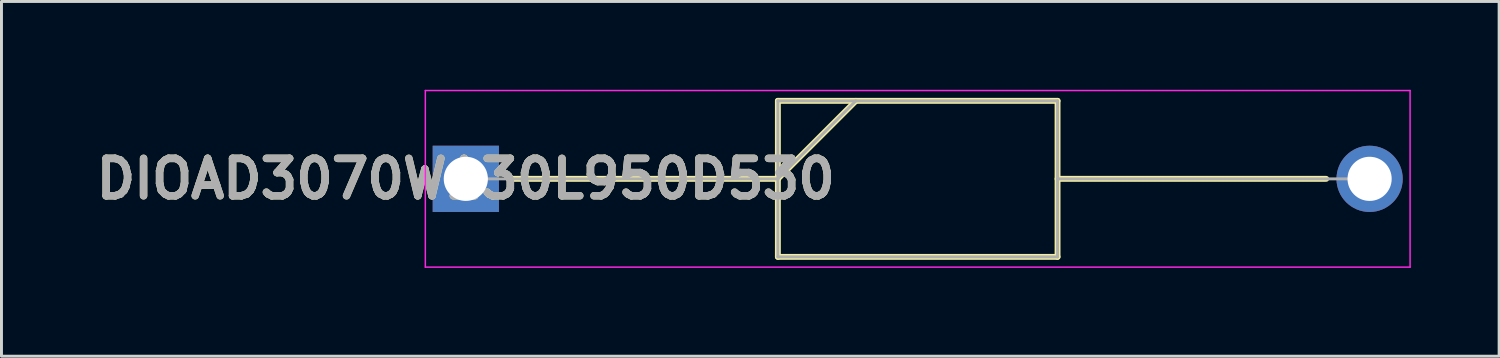
<source format=kicad_pcb>
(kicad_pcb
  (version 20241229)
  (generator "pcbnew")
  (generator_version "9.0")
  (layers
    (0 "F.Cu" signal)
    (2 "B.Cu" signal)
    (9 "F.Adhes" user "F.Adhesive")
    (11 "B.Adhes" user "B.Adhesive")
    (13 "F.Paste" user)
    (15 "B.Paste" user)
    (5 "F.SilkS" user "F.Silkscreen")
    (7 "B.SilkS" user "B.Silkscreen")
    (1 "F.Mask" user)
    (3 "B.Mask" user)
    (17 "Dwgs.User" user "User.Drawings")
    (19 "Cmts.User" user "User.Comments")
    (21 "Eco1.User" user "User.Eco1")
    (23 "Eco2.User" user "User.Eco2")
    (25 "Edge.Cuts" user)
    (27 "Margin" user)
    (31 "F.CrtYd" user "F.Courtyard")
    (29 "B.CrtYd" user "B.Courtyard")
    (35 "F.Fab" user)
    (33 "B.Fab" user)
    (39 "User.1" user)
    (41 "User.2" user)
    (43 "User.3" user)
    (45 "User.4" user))
  (footprint "DIOAD3070W130L950D530"
    (layer "F.Cu")
    (at 12.773 3.025)
    (property "Reference" "DIOAD3070W130L950D530" (at 0 0 0) (layer "F.SilkS") (effects (font (size 1.27 1.27) (thickness 0.254))))
    (attr through_hole)
    (fp_line (start 1.475 0) (end 10.6 0) (stroke (width 0.2) (type solid)) (layer "F.SilkS"))
    (fp_line (start 10.6 -2.65) (end 20.1 -2.65) (stroke (width 0.2) (type solid)) (layer "F.SilkS"))
    (fp_line (start 10.6 0) (end 13.25 -2.65) (stroke (width 0.2) (type solid)) (layer "F.SilkS"))
    (fp_line (start 10.6 2.65) (end 10.6 -2.65) (stroke (width 0.2) (type solid)) (layer "F.SilkS"))
    (fp_line (start 20.1 -2.65) (end 20.1 2.65) (stroke (width 0.2) (type solid)) (layer "F.SilkS"))
    (fp_line (start 20.1 0) (end 29.225 0) (stroke (width 0.2) (type solid)) (layer "F.SilkS"))
    (fp_line (start 20.1 2.65) (end 10.6 2.65) (stroke (width 0.2) (type solid)) (layer "F.SilkS"))
    (fp_line (start -1.375 -3) (end 32.075 -3) (stroke (width 0.05) (type solid)) (layer "F.CrtYd"))
    (fp_line (start -1.375 3) (end -1.375 -3) (stroke (width 0.05) (type solid)) (layer "F.CrtYd"))
    (fp_line (start 32.075 -3) (end 32.075 3) (stroke (width 0.05) (type solid)) (layer "F.CrtYd"))
    (fp_line (start 32.075 3) (end -1.375 3) (stroke (width 0.05) (type solid)) (layer "F.CrtYd"))
    (fp_line (start 0 0) (end 10.6 0) (stroke (width 0.1) (type solid)) (layer "F.Fab"))
    (fp_line (start 10.6 -2.65) (end 20.1 -2.65) (stroke (width 0.1) (type solid)) (layer "F.Fab"))
    (fp_line (start 10.6 0) (end 13.25 -2.65) (stroke (width 0.1) (type solid)) (layer "F.Fab"))
    (fp_line (start 10.6 2.65) (end 10.6 -2.65) (stroke (width 0.1) (type solid)) (layer "F.Fab"))
    (fp_line (start 20.1 -2.65) (end 20.1 2.65) (stroke (width 0.1) (type solid)) (layer "F.Fab"))
    (fp_line (start 20.1 0) (end 30.7 0) (stroke (width 0.1) (type solid)) (layer "F.Fab"))
    (fp_line (start 20.1 2.65) (end 10.6 2.65) (stroke (width 0.1) (type solid)) (layer "F.Fab"))
    (fp_text user "${REFERENCE}" (at 0 0 0) (layer "F.Fab") (effects (font (size 1.27 1.27) (thickness 0.254))))
    (pad "1" thru_hole rect (at 0 0) (size 2.25 2.25) (drill 1.5) (layers "*.Cu" "*.Mask"))
    (pad "2" thru_hole circle (at 30.7 0) (size 2.25 2.25) (drill 1.5) (layers "*.Cu" "*.Mask")))
  (gr_rect
    (start -3 -3)
    (end 47.873 9.05)
    (stroke (width 0.1) (type default))
    (fill no)
    (layer "Edge.Cuts")))
</source>
